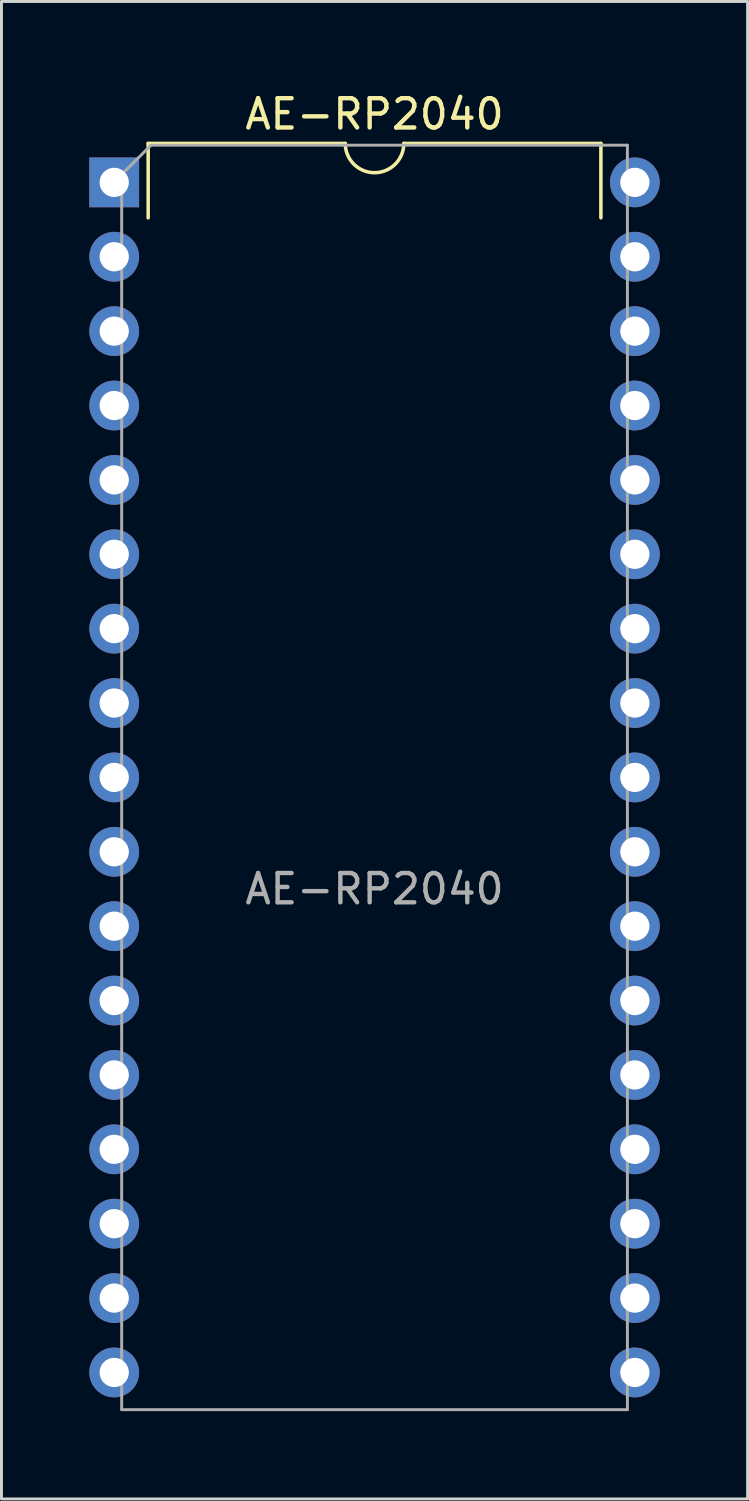
<source format=kicad_pcb>
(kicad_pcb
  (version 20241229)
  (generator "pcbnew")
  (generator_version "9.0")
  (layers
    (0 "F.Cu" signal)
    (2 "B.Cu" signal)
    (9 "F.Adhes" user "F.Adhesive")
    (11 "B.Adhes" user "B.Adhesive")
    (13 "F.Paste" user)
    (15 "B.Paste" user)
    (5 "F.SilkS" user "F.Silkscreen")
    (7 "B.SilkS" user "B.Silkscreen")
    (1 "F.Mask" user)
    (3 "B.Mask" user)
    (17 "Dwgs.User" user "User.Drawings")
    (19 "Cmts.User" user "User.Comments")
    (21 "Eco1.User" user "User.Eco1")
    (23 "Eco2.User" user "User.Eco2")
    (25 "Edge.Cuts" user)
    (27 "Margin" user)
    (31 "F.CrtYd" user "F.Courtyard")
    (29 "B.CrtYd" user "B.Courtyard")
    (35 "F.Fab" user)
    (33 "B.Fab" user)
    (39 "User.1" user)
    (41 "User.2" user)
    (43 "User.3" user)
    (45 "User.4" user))
  (footprint "AE-RP2040"
    (layer "F.Cu")
    (at 0.85 3.178)
    (property "Reference" "AE-RP2040" (at 8.89 -2.33 0) (layer "F.SilkS") (effects (font (size 1 1) (thickness 0.15))))
    (attr through_hole)
    (fp_line (start 1.16 -1.33) (end 1.16 1.21) (stroke (width 0.12) (type solid)) (layer "F.SilkS"))
    (fp_line (start 7.89 -1.33) (end 1.16 -1.33) (stroke (width 0.12) (type solid)) (layer "F.SilkS"))
    (fp_line (start 16.62 -1.33) (end 9.89 -1.33) (stroke (width 0.12) (type solid)) (layer "F.SilkS"))
    (fp_line (start 16.62 1.21) (end 16.62 -1.33) (stroke (width 0.12) (type solid)) (layer "F.SilkS"))
    (fp_arc (start 9.89 -1.33) (mid 8.89 -0.33) (end 7.89 -1.33) (stroke (width 0.12) (type solid)) (layer "F.SilkS"))
    (fp_line (start 0.255 -0.27) (end 1.255 -1.27) (stroke (width 0.1) (type solid)) (layer "F.Fab"))
    (fp_line (start 0.255 41.91) (end 0.255 -0.27) (stroke (width 0.1) (type solid)) (layer "F.Fab"))
    (fp_line (start 1.255 -1.27) (end 17.525 -1.27) (stroke (width 0.1) (type solid)) (layer "F.Fab"))
    (fp_line (start 17.525 -1.27) (end 17.525 41.91) (stroke (width 0.1) (type solid)) (layer "F.Fab"))
    (fp_line (start 17.525 41.91) (end 0.255 41.91) (stroke (width 0.1) (type solid)) (layer "F.Fab"))
    (fp_text user "${REFERENCE}" (at 8.89 24.13 0) (layer "F.Fab") (effects (font (size 1 1) (thickness 0.15))))
    (pad "1" thru_hole rect (at 0 0) (size 1.7 1.7) (drill 1) (layers "*.Cu" "*.Mask"))
    (pad "2" thru_hole circle (at 0 2.54) (size 1.7 1.7) (drill 1) (layers "*.Cu" "*.Mask"))
    (pad "3" thru_hole circle (at 0 5.08) (size 1.7 1.7) (drill 1) (layers "*.Cu" "*.Mask"))
    (pad "4" thru_hole circle (at 0 7.62) (size 1.7 1.7) (drill 1) (layers "*.Cu" "*.Mask"))
    (pad "5" thru_hole circle (at 0 10.16) (size 1.7 1.7) (drill 1) (layers "*.Cu" "*.Mask"))
    (pad "6" thru_hole circle (at 0 12.7) (size 1.7 1.7) (drill 1) (layers "*.Cu" "*.Mask"))
    (pad "7" thru_hole circle (at 0 15.24) (size 1.7 1.7) (drill 1) (layers "*.Cu" "*.Mask"))
    (pad "8" thru_hole circle (at 0 17.78) (size 1.7 1.7) (drill 1) (layers "*.Cu" "*.Mask"))
    (pad "9" thru_hole circle (at 0 20.32) (size 1.7 1.7) (drill 1) (layers "*.Cu" "*.Mask"))
    (pad "10" thru_hole circle (at 0 22.86) (size 1.7 1.7) (drill 1) (layers "*.Cu" "*.Mask"))
    (pad "11" thru_hole circle (at 0 25.4) (size 1.7 1.7) (drill 1) (layers "*.Cu" "*.Mask"))
    (pad "12" thru_hole circle (at 0 27.94) (size 1.7 1.7) (drill 1) (layers "*.Cu" "*.Mask"))
    (pad "13" thru_hole circle (at 0 30.48) (size 1.7 1.7) (drill 1) (layers "*.Cu" "*.Mask"))
    (pad "14" thru_hole circle (at 0 33.02) (size 1.7 1.7) (drill 1) (layers "*.Cu" "*.Mask"))
    (pad "15" thru_hole circle (at 0 35.56) (size 1.7 1.7) (drill 1) (layers "*.Cu" "*.Mask"))
    (pad "16" thru_hole circle (at 0 38.1) (size 1.7 1.7) (drill 1) (layers "*.Cu" "*.Mask"))
    (pad "17" thru_hole circle (at 0 40.64) (size 1.7 1.7) (drill 1) (layers "*.Cu" "*.Mask"))
    (pad "18" thru_hole circle (at 17.78 40.64) (size 1.7 1.7) (drill 1) (layers "*.Cu" "*.Mask"))
    (pad "19" thru_hole circle (at 17.78 38.1) (size 1.7 1.7) (drill 1) (layers "*.Cu" "*.Mask"))
    (pad "20" thru_hole circle (at 17.78 35.56) (size 1.7 1.7) (drill 1) (layers "*.Cu" "*.Mask"))
    (pad "21" thru_hole circle (at 17.78 33.02) (size 1.7 1.7) (drill 1) (layers "*.Cu" "*.Mask"))
    (pad "22" thru_hole circle (at 17.78 30.48) (size 1.7 1.7) (drill 1) (layers "*.Cu" "*.Mask"))
    (pad "23" thru_hole circle (at 17.78 27.94) (size 1.7 1.7) (drill 1) (layers "*.Cu" "*.Mask"))
    (pad "24" thru_hole circle (at 17.78 25.4) (size 1.7 1.7) (drill 1) (layers "*.Cu" "*.Mask"))
    (pad "25" thru_hole circle (at 17.78 22.86) (size 1.7 1.7) (drill 1) (layers "*.Cu" "*.Mask"))
    (pad "26" thru_hole circle (at 17.78 20.32) (size 1.7 1.7) (drill 1) (layers "*.Cu" "*.Mask"))
    (pad "27" thru_hole circle (at 17.78 17.78) (size 1.7 1.7) (drill 1) (layers "*.Cu" "*.Mask"))
    (pad "28" thru_hole circle (at 17.78 15.24) (size 1.7 1.7) (drill 1) (layers "*.Cu" "*.Mask"))
    (pad "29" thru_hole circle (at 17.78 12.7) (size 1.7 1.7) (drill 1) (layers "*.Cu" "*.Mask"))
    (pad "30" thru_hole circle (at 17.78 10.16) (size 1.7 1.7) (drill 1) (layers "*.Cu" "*.Mask"))
    (pad "31" thru_hole circle (at 17.78 7.62) (size 1.7 1.7) (drill 1) (layers "*.Cu" "*.Mask"))
    (pad "32" thru_hole circle (at 17.78 5.08) (size 1.7 1.7) (drill 1) (layers "*.Cu" "*.Mask"))
    (pad "33" thru_hole circle (at 17.78 2.54) (size 1.7 1.7) (drill 1) (layers "*.Cu" "*.Mask"))
    (pad "34" thru_hole circle (at 17.78 0) (size 1.7 1.7) (drill 1) (layers "*.Cu" "*.Mask")))
  (gr_rect
    (start -3 -3)
    (end 22.48 48.138)
    (stroke (width 0.1) (type default))
    (fill no)
    (layer "Edge.Cuts")))
</source>
